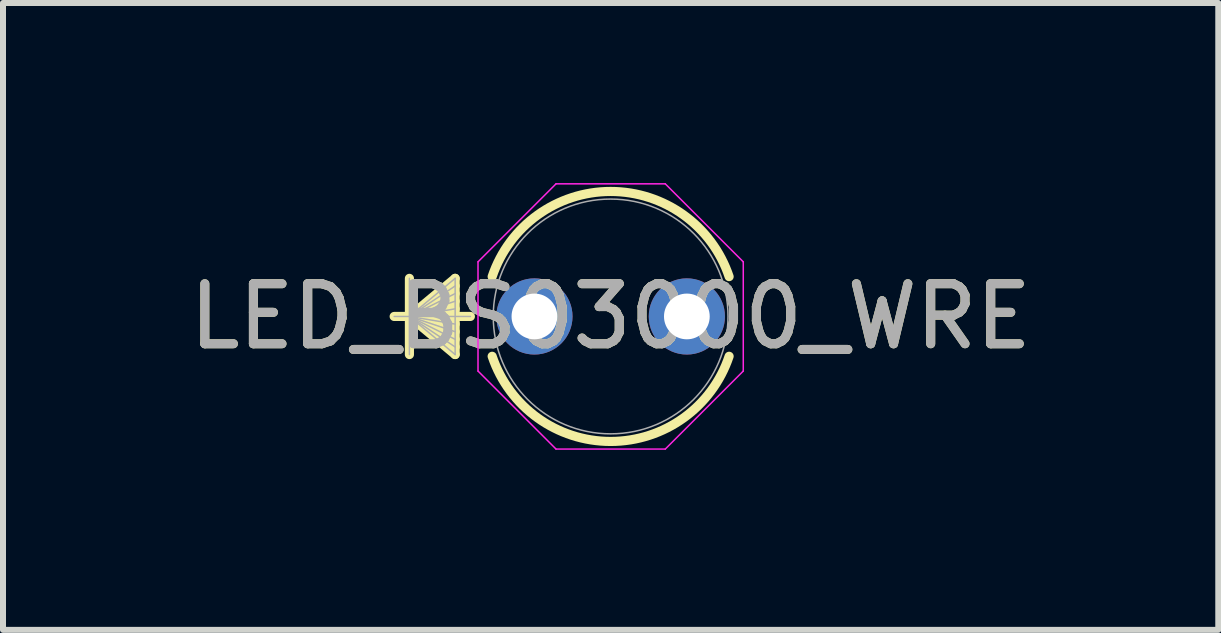
<source format=kicad_pcb>
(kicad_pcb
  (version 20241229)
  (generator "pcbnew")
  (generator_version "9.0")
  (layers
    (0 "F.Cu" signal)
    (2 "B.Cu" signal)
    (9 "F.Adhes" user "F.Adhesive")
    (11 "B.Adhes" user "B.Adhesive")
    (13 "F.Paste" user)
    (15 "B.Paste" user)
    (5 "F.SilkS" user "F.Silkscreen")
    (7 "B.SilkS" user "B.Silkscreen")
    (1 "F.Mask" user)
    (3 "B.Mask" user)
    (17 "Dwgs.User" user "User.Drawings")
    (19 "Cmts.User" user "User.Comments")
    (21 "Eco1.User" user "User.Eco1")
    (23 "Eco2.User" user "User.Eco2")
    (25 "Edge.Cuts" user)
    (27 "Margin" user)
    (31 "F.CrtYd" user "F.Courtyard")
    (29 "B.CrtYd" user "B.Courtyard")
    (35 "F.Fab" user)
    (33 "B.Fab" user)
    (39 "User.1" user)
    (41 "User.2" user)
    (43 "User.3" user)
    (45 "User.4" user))
  (footprint "LED_BS03000_WRE"
    (layer "F.Cu")
    (at 5.855 2.223)
    (property "Reference" "LED_BS03000_WRE" (at 1.27 0 0) (unlocked yes) (layer "F.SilkS") (effects (font (size 1 1) (thickness 0.15))))
    (attr through_hole)
    (fp_line (start -2.083 -0.635) (end -2.083 0.635) (stroke (width 0.152) (type solid)) (layer "F.SilkS"))
    (fp_line (start -2.083 0) (end -1.321 -0.635) (stroke (width 0.152) (type solid)) (layer "F.SilkS"))
    (fp_line (start -2.083 0) (end -1.321 -0.508) (stroke (width 0.152) (type solid)) (layer "F.SilkS"))
    (fp_line (start -2.083 0) (end -1.321 -0.381) (stroke (width 0.152) (type solid)) (layer "F.SilkS"))
    (fp_line (start -2.083 0) (end -1.321 -0.254) (stroke (width 0.152) (type solid)) (layer "F.SilkS"))
    (fp_line (start -2.083 0) (end -1.321 -0.127) (stroke (width 0.152) (type solid)) (layer "F.SilkS"))
    (fp_line (start -2.083 0) (end -1.321 0.127) (stroke (width 0.152) (type solid)) (layer "F.SilkS"))
    (fp_line (start -2.083 0) (end -1.321 0.254) (stroke (width 0.152) (type solid)) (layer "F.SilkS"))
    (fp_line (start -2.083 0) (end -1.321 0.381) (stroke (width 0.152) (type solid)) (layer "F.SilkS"))
    (fp_line (start -2.083 0) (end -1.321 0.508) (stroke (width 0.152) (type solid)) (layer "F.SilkS"))
    (fp_line (start -2.083 0) (end -1.321 0.635) (stroke (width 0.152) (type solid)) (layer "F.SilkS"))
    (fp_line (start -1.321 -0.635) (end -1.321 0.635) (stroke (width 0.152) (type solid)) (layer "F.SilkS"))
    (fp_line (start -1.067 0) (end -2.337 0) (stroke (width 0.152) (type solid)) (layer "F.SilkS"))
    (fp_arc (start -0.704187 -0.663808) (mid 1.27 -2.0828) (end 3.244187 -0.663808) (stroke (width 0.1524) (type solid)) (layer "F.SilkS"))
    (fp_arc (start 3.244187 0.663808) (mid 1.27 2.0828) (end -0.704187 0.663808) (stroke (width 0.1524) (type solid)) (layer "F.SilkS"))
    (fp_line (start -0.94 -0.91) (end 0.36 -2.21) (stroke (width 0.025) (type solid)) (layer "F.CrtYd"))
    (fp_line (start -0.94 0.91) (end -0.94 -0.91) (stroke (width 0.025) (type solid)) (layer "F.CrtYd"))
    (fp_line (start 0.36 -2.21) (end 2.18 -2.21) (stroke (width 0.025) (type solid)) (layer "F.CrtYd"))
    (fp_line (start 0.36 2.21) (end -0.94 0.91) (stroke (width 0.025) (type solid)) (layer "F.CrtYd"))
    (fp_line (start 2.18 -2.21) (end 3.48 -0.91) (stroke (width 0.025) (type solid)) (layer "F.CrtYd"))
    (fp_line (start 2.18 2.21) (end 0.36 2.21) (stroke (width 0.025) (type solid)) (layer "F.CrtYd"))
    (fp_line (start 3.48 -0.91) (end 3.48 0.91) (stroke (width 0.025) (type solid)) (layer "F.CrtYd"))
    (fp_line (start 3.48 0.91) (end 2.18 2.21) (stroke (width 0.025) (type solid)) (layer "F.CrtYd"))
    (fp_line (start -2.083 -0.635) (end -2.083 0.635) (stroke (width 0.025) (type solid)) (layer "F.Fab"))
    (fp_line (start -2.083 0) (end -1.321 -0.635) (stroke (width 0.025) (type solid)) (layer "F.Fab"))
    (fp_line (start -2.083 0) (end -1.321 -0.508) (stroke (width 0.025) (type solid)) (layer "F.Fab"))
    (fp_line (start -2.083 0) (end -1.321 -0.381) (stroke (width 0.025) (type solid)) (layer "F.Fab"))
    (fp_line (start -2.083 0) (end -1.321 -0.254) (stroke (width 0.025) (type solid)) (layer "F.Fab"))
    (fp_line (start -2.083 0) (end -1.321 -0.127) (stroke (width 0.025) (type solid)) (layer "F.Fab"))
    (fp_line (start -2.083 0) (end -1.321 0.127) (stroke (width 0.025) (type solid)) (layer "F.Fab"))
    (fp_line (start -2.083 0) (end -1.321 0.254) (stroke (width 0.025) (type solid)) (layer "F.Fab"))
    (fp_line (start -2.083 0) (end -1.321 0.381) (stroke (width 0.025) (type solid)) (layer "F.Fab"))
    (fp_line (start -2.083 0) (end -1.321 0.508) (stroke (width 0.025) (type solid)) (layer "F.Fab"))
    (fp_line (start -2.083 0) (end -1.321 0.635) (stroke (width 0.025) (type solid)) (layer "F.Fab"))
    (fp_line (start -1.321 -0.635) (end -1.321 0.635) (stroke (width 0.025) (type solid)) (layer "F.Fab"))
    (fp_line (start -1.067 0) (end -2.337 0) (stroke (width 0.025) (type solid)) (layer "F.Fab"))
    (fp_circle (center 1.27 0) (end 3.226 0) (stroke (width 0.025) (type solid)) (fill no) (layer "F.Fab"))
    (fp_text user "${REFERENCE}" (at 1.27 0 0) (unlocked yes) (layer "F.Fab") (effects (font (size 1 1) (thickness 0.15))))
    (pad "1" thru_hole circle (at 0 0) (size 1.27 1.27) (drill 0.762) (layers "*.Cu" "*.Mask"))
    (pad "2" thru_hole circle (at 2.54 0) (size 1.27 1.27) (drill 0.762) (layers "*.Cu" "*.Mask")))
  (gr_rect
    (start -3 -3)
    (end 17.25 7.445)
    (stroke (width 0.1) (type default))
    (fill no)
    (layer "Edge.Cuts")))
</source>
